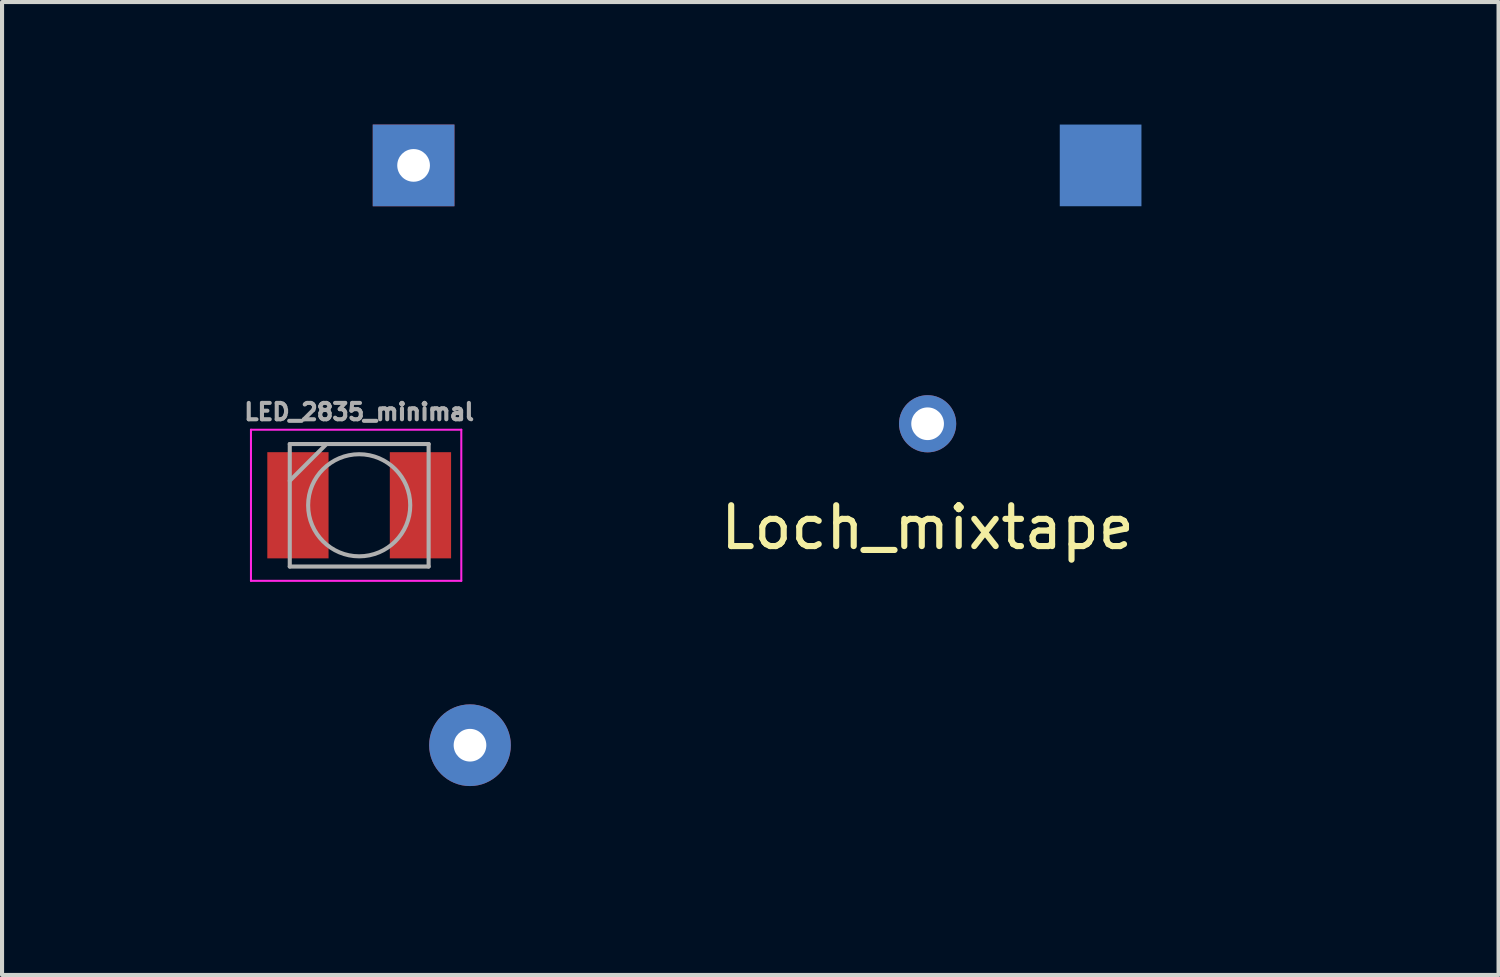
<source format=kicad_pcb>
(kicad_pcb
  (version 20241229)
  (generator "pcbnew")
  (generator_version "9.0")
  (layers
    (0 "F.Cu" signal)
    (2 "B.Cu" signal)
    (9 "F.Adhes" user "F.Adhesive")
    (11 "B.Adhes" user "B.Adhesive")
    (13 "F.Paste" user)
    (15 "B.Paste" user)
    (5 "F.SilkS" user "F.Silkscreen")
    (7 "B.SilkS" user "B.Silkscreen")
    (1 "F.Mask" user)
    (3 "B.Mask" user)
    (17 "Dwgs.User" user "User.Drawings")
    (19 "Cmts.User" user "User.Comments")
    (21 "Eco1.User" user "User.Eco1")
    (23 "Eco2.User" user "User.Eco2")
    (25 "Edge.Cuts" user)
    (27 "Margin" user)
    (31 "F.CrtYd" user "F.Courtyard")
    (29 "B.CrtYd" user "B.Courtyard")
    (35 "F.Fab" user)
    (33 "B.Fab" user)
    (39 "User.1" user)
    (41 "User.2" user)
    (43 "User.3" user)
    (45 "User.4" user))
  (footprint "Loch_mixtape"
    (layer "F.Cu")
    (at 19.663 7.326)
    (property "Reference" "Loch_mixtape" (at 0 2.54 0) (layer "F.SilkS") (effects (font (size 1 1) (thickness 0.15))))
    (attr through_hole)
    (pad "1" thru_hole circle (at 0 0) (size 1.4 1.4) (drill 0.8) (layers "*.Cu" "*.Mask")))
  (footprint "GND_Pad_mixtape"
    (layer "F.Cu")
    (at 23.899 1)
    (property "Reference" "GND_Pad_mixtape" (at 0 1.778 0) (layer "Eco2.User") (effects (font (size 1 1) (thickness 0.15))))
    (attr through_hole)
    (pad "1" smd rect (at 0 0) (size 2 2) (layers "B.Cu" "B.Mask")))
  (footprint "LED_2835_minimal"
    (layer "F.Cu")
    (at 5.745 9.322)
    (property "Reference" "LED_2835_minimal" (at 0 0 0) (layer "Eco2.User") (effects (font (size 1 0.8) (thickness 0.15))))
    (attr smd)
    (fp_line (start -2.65 -1.85) (end 2.5 -1.85) (stroke (width 0.05) (type solid)) (layer "F.CrtYd"))
    (fp_line (start -2.65 1.85) (end -2.65 -1.85) (stroke (width 0.05) (type solid)) (layer "F.CrtYd"))
    (fp_line (start 2.5 -1.85) (end 2.5 1.85) (stroke (width 0.05) (type solid)) (layer "F.CrtYd"))
    (fp_line (start 2.5 1.85) (end -2.65 1.85) (stroke (width 0.05) (type solid)) (layer "F.CrtYd"))
    (fp_line (start -1.7 -1.5) (end -1.7 1.5) (stroke (width 0.1) (type solid)) (layer "F.Fab"))
    (fp_line (start -1.7 -0.6) (end -0.8 -1.5) (stroke (width 0.1) (type solid)) (layer "F.Fab"))
    (fp_line (start -1.7 1.5) (end 1.7 1.5) (stroke (width 0.1) (type solid)) (layer "F.Fab"))
    (fp_line (start 1.7 -1.5) (end -1.7 -1.5) (stroke (width 0.1) (type solid)) (layer "F.Fab"))
    (fp_line (start 1.7 1.5) (end 1.7 -1.5) (stroke (width 0.1) (type solid)) (layer "F.Fab"))
    (fp_circle (center 0 0) (end 0 -1.25) (stroke (width 0.1) (type solid)) (fill no) (layer "F.Fab"))
    (fp_text user "${REFERENCE}" (at 0 -2.286 0) (layer "F.Fab") (effects (font (size 0.4 0.4) (thickness 0.1))))
    (pad "1" smd rect (at -1.5 0) (size 1.5 2.6) (layers "F.Cu" "F.Mask" "F.Paste"))
    (pad "2" smd rect (at 1.5 0) (size 1.5 2.6) (layers "F.Cu" "F.Mask" "F.Paste")))
  (footprint "Loch_mixtape_seltsam"
    (layer "F.Cu")
    (at 8.458 15.197)
    (property "Reference" "Loch_mixtape_seltsam" (at 0 1.778 0) (layer "Eco2.User") (effects (font (size 1 1) (thickness 0.15))))
    (attr through_hole)
    (pad "" smd circle (at 0 0) (size 1 1) (layers "F.Cu" "F.Mask" "F.Paste"))
    (pad "1" thru_hole circle (at 0 0) (size 2 2) (drill 0.8) (layers "B.Cu" "B.Mask")))
  (footprint "GND_Loch_mixtape"
    (layer "F.Cu")
    (at 7.077 1)
    (property "Reference" "GND_Loch_mixtape" (at 0 1.778 0) (layer "Eco2.User") (effects (font (size 1 1) (thickness 0.15))))
    (attr through_hole)
    (pad "1" thru_hole rect (at 0 0) (size 2 2) (drill 0.8) (layers "*.Cu" "*.Mask")))
  (gr_rect
    (start -3 -3)
    (end 33.643 20.823)
    (stroke (width 0.1) (type default))
    (fill no)
    (layer "Edge.Cuts")))
</source>
